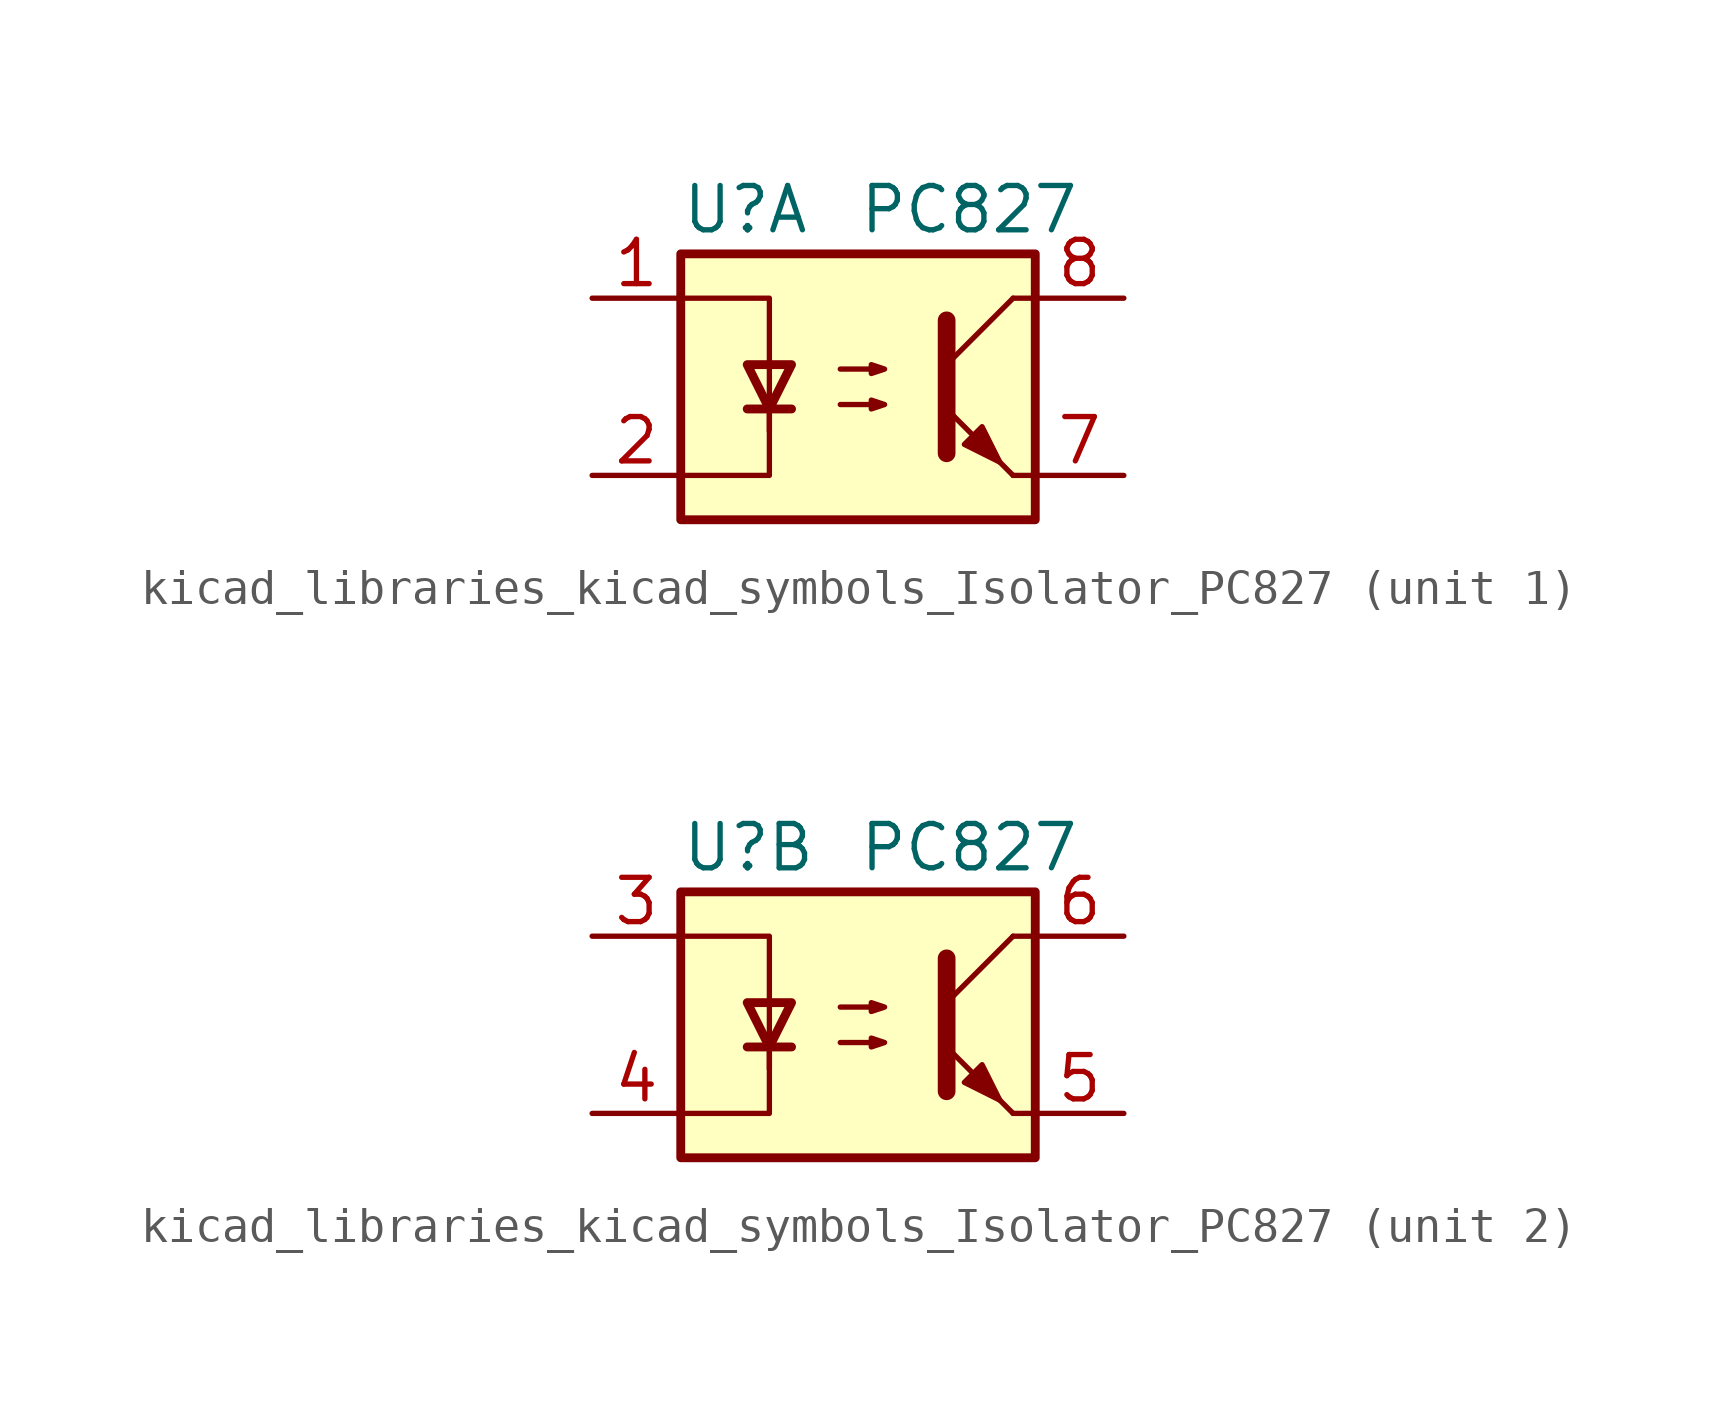
<source format=kicad_sym>
(kicad_symbol_lib
  (version 20220914)
  (generator kicad_symbol_editor)
  (symbol "kicad_libraries_kicad_symbols_Isolator_PC827"
    (pin_names
      (offset 1.016))
    (property "Reference" "U"
      (at -5.08 5.08 0)
      (effects (font (size 1.27 1.27)) (justify left)))
    (property "Value" "PC827"
      (at 0 5.08 0)
      (effects (font (size 1.27 1.27)) (justify left)))
    (symbol "kicad_libraries_kicad_symbols_Isolator_PC827_0_1"
      (rectangle (start -5.08 3.81) (end 5.08 -3.81) (stroke (width 0.254) (type default)) (fill (type background)))
      (polyline (pts (xy -3.175 -0.635) (xy -1.905 -0.635)) (stroke (width 0.254) (type default)) (fill (type none)))
      (polyline (pts (xy 2.54 0.635) (xy 4.445 2.54)) (stroke (width 0) (type default)) (fill (type none)))
      (polyline (pts (xy 4.445 -2.54) (xy 2.54 -0.635)) (stroke (width 0) (type default)) (fill (type outline)))
      (polyline (pts (xy 4.445 -2.54) (xy 5.08 -2.54)) (stroke (width 0) (type default)) (fill (type none)))
      (polyline (pts (xy 4.445 2.54) (xy 5.08 2.54)) (stroke (width 0) (type default)) (fill (type none)))
      (polyline (pts (xy -2.54 -0.635) (xy -2.54 -2.54) (xy -5.08 -2.54)) (stroke (width 0) (type default)) (fill (type none)))
      (polyline (pts (xy 2.54 1.905) (xy 2.54 -1.905) (xy 2.54 -1.905)) (stroke (width 0.508) (type default)) (fill (type none)))
      (polyline (pts (xy -5.08 2.54) (xy -2.54 2.54) (xy -2.54 -1.27) (xy -2.54 0.635)) (stroke (width 0) (type default)) (fill (type none)))
      (polyline (pts (xy -2.54 -0.635) (xy -3.175 0.635) (xy -1.905 0.635) (xy -2.54 -0.635)) (stroke (width 0.254) (type default)) (fill (type none)))
      (polyline (pts (xy -0.508 -0.508) (xy 0.762 -0.508) (xy 0.381 -0.635) (xy 0.381 -0.381) (xy 0.762 -0.508)) (stroke (width 0) (type default)) (fill (type none)))
      (polyline (pts (xy -0.508 0.508) (xy 0.762 0.508) (xy 0.381 0.381) (xy 0.381 0.635) (xy 0.762 0.508)) (stroke (width 0) (type default)) (fill (type none)))
      (polyline (pts (xy 3.048 -1.651) (xy 3.556 -1.143) (xy 4.064 -2.159) (xy 3.048 -1.651) (xy 3.048 -1.651)) (stroke (width 0) (type default)) (fill (type outline))))
    (symbol "kicad_libraries_kicad_symbols_Isolator_PC827_1_1"
      (pin passive line (at -7.62 2.54 0) (length 2.54) (name "~" (effects (font (size 1.27 1.27)))) (number "1" (effects (font (size 1.27 1.27)))))
      (pin passive line (at -7.62 -2.54 0) (length 2.54) (name "~" (effects (font (size 1.27 1.27)))) (number "2" (effects (font (size 1.27 1.27)))))
      (pin passive line (at 7.62 -2.54 180) (length 2.54) (name "~" (effects (font (size 1.27 1.27)))) (number "7" (effects (font (size 1.27 1.27)))))
      (pin passive line (at 7.62 2.54 180) (length 2.54) (name "~" (effects (font (size 1.27 1.27)))) (number "8" (effects (font (size 1.27 1.27))))))
    (symbol "kicad_libraries_kicad_symbols_Isolator_PC827_2_1"
      (pin passive line (at -7.62 2.54 0) (length 2.54) (name "~" (effects (font (size 1.27 1.27)))) (number "3" (effects (font (size 1.27 1.27)))))
      (pin passive line (at -7.62 -2.54 0) (length 2.54) (name "~" (effects (font (size 1.27 1.27)))) (number "4" (effects (font (size 1.27 1.27)))))
      (pin passive line (at 7.62 -2.54 180) (length 2.54) (name "~" (effects (font (size 1.27 1.27)))) (number "5" (effects (font (size 1.27 1.27)))))
      (pin passive line (at 7.62 2.54 180) (length 2.54) (name "~" (effects (font (size 1.27 1.27)))) (number "6" (effects (font (size 1.27 1.27))))))))
</source>
